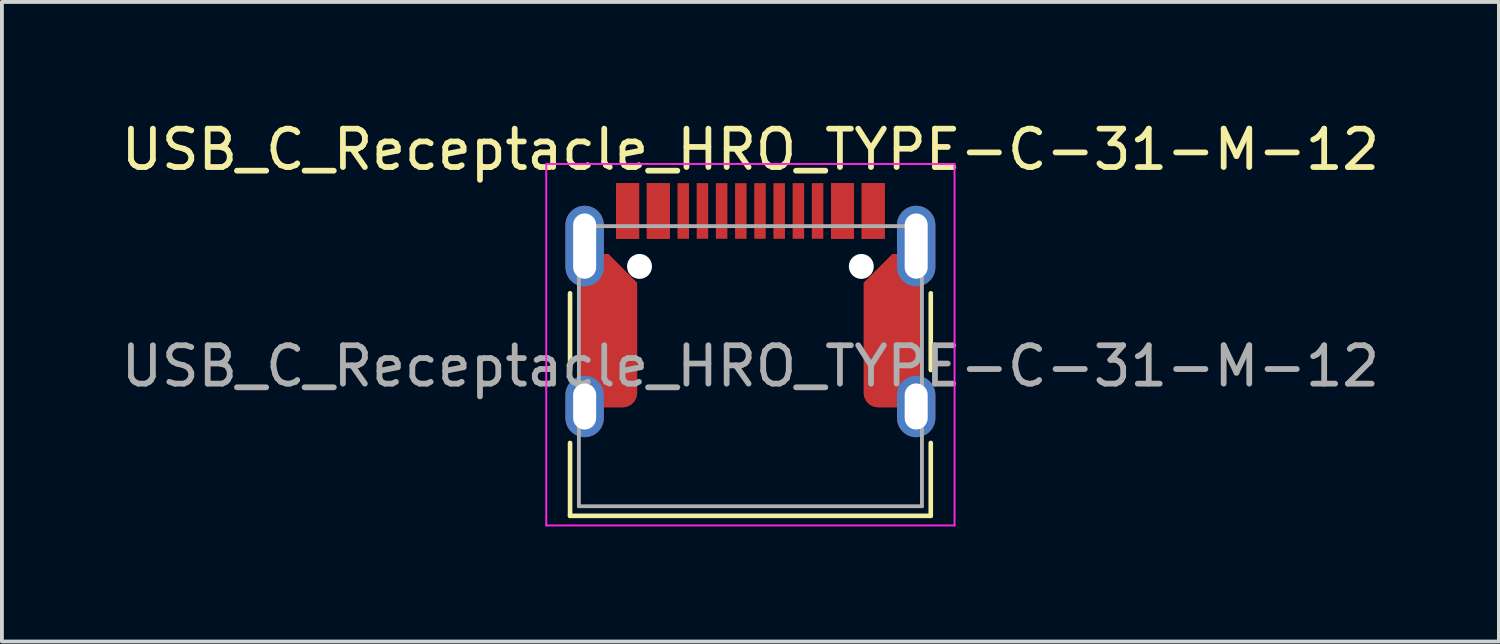
<source format=kicad_pcb>
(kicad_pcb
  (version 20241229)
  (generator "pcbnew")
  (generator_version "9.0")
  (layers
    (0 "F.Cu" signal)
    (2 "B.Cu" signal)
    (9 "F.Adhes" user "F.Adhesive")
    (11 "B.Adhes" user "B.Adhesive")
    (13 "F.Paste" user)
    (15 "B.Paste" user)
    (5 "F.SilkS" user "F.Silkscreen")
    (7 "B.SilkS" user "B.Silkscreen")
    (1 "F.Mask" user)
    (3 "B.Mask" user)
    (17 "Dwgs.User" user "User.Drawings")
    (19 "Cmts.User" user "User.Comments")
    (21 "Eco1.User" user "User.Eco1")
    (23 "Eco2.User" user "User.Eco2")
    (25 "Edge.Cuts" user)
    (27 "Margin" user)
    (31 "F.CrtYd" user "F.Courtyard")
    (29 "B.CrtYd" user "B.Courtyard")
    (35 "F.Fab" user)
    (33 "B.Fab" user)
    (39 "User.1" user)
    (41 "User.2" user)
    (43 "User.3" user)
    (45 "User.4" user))
  (footprint "USB_C_Receptacle_HRO_TYPE-C-31-M-12"
    (layer "F.Cu")
    (at 16.506 5.068)
    (property "Reference" "USB_C_Receptacle_HRO_TYPE-C-31-M-12" (at 0 -4.22 0) (layer "F.SilkS") (effects (font (size 1 1) (thickness 0.15))))
    (attr smd)
    (fp_line (start -4.7 -0.475) (end -4.7 1.525) (stroke (width 0.12) (type solid)) (layer "F.SilkS"))
    (fp_line (start -4.7 3.425) (end -4.7 5.325) (stroke (width 0.12) (type solid)) (layer "F.SilkS"))
    (fp_line (start -4.7 5.325) (end 4.7 5.325) (stroke (width 0.12) (type solid)) (layer "F.SilkS"))
    (fp_line (start 4.7 -0.475) (end 4.7 1.525) (stroke (width 0.12) (type solid)) (layer "F.SilkS"))
    (fp_line (start 4.7 3.425) (end 4.7 5.325) (stroke (width 0.12) (type solid)) (layer "F.SilkS"))
    (fp_line (start -5.32 -3.845) (end -5.32 5.575) (stroke (width 0.05) (type solid)) (layer "F.CrtYd"))
    (fp_line (start -5.32 -3.845) (end 5.32 -3.845) (stroke (width 0.05) (type solid)) (layer "F.CrtYd"))
    (fp_line (start -5.32 5.575) (end 5.32 5.575) (stroke (width 0.05) (type solid)) (layer "F.CrtYd"))
    (fp_line (start 5.32 -3.845) (end 5.32 5.575) (stroke (width 0.05) (type solid)) (layer "F.CrtYd"))
    (fp_line (start -4.47 -2.225) (end -4.47 5.075) (stroke (width 0.1) (type solid)) (layer "F.Fab"))
    (fp_line (start -4.47 -2.225) (end 4.47 -2.225) (stroke (width 0.1) (type solid)) (layer "F.Fab"))
    (fp_line (start -4.47 5.075) (end 4.47 5.075) (stroke (width 0.1) (type solid)) (layer "F.Fab"))
    (fp_line (start 4.47 -2.225) (end 4.47 5.075) (stroke (width 0.1) (type solid)) (layer "F.Fab"))
    (fp_text user "${REFERENCE}" (at 0 1.425 0) (layer "F.Fab") (effects (font (size 1 1) (thickness 0.15))))
    (pad "" np_thru_hole circle (at -2.89 -1.175) (size 0.65 0.65) (drill 0.65) (layers "*.Cu" "*.Mask"))
    (pad "" np_thru_hole circle (at 2.89 -1.175) (size 0.65 0.65) (drill 0.65) (layers "*.Cu" "*.Mask"))
    (pad "A1" smd rect (at -3.2 -2.62) (size 0.6 1.45) (layers "F.Cu" "F.Mask" "F.Paste"))
    (pad "A4" smd rect (at -2.4 -2.62) (size 0.6 1.45) (layers "F.Cu" "F.Mask" "F.Paste"))
    (pad "A5" smd rect (at -1.25 -2.62) (size 0.3 1.45) (layers "F.Cu" "F.Mask" "F.Paste"))
    (pad "A6" smd rect (at -0.25 -2.62) (size 0.3 1.45) (layers "F.Cu" "F.Mask" "F.Paste"))
    (pad "A7" smd rect (at 0.25 -2.62) (size 0.3 1.45) (layers "F.Cu" "F.Mask" "F.Paste"))
    (pad "A8" smd rect (at 1.25 -2.62) (size 0.3 1.45) (layers "F.Cu" "F.Mask" "F.Paste"))
    (pad "A9" smd rect (at 2.4 -2.62) (size 0.6 1.45) (layers "F.Cu" "F.Mask" "F.Paste"))
    (pad "A12" smd rect (at 3.2 -2.62) (size 0.6 1.45) (layers "F.Cu" "F.Mask" "F.Paste"))
    (pad "B1" smd rect (at 3.2 -2.62) (size 0.6 1.45) (layers "F.Cu" "F.Mask" "F.Paste"))
    (pad "B4" smd rect (at 2.4 -2.62) (size 0.6 1.45) (layers "F.Cu" "F.Mask" "F.Paste"))
    (pad "B5" smd rect (at 1.75 -2.62) (size 0.3 1.45) (layers "F.Cu" "F.Mask" "F.Paste"))
    (pad "B6" smd rect (at 0.75 -2.62) (size 0.3 1.45) (layers "F.Cu" "F.Mask" "F.Paste"))
    (pad "B7" smd rect (at -0.75 -2.62) (size 0.3 1.45) (layers "F.Cu" "F.Mask" "F.Paste"))
    (pad "B8" smd rect (at -1.75 -2.62) (size 0.3 1.45) (layers "F.Cu" "F.Mask" "F.Paste"))
    (pad "B9" smd rect (at -2.4 -2.62) (size 0.6 1.45) (layers "F.Cu" "F.Mask" "F.Paste"))
    (pad "B12" smd rect (at -3.2 -2.62) (size 0.6 1.45) (layers "F.Cu" "F.Mask" "F.Paste"))
    (pad "S1" thru_hole oval (at -4.32 -1.705) (size 1 2.1) (drill oval 0.6 1.7) (layers "*.Cu" "*.Mask"))
    (pad "S1" thru_hole oval (at -4.32 2.475) (size 1 1.6) (drill oval 0.6 1.2) (layers "*.Cu" "*.Mask"))
    (pad "S1" smd roundrect (at -3.7 0.5) (size 1.5 4) (layers "F.Cu" "F.Mask" "F.Paste") (roundrect_rratio 0.25) (chamfer_ratio 0.5) (chamfer top_right))
    (pad "S1" smd roundrect (at 3.7 0.5) (size 1.5 4) (layers "F.Cu" "F.Mask" "F.Paste") (roundrect_rratio 0.25) (chamfer_ratio 0.5) (chamfer top_left))
    (pad "S1" thru_hole oval (at 4.32 -1.705) (size 1 2.1) (drill oval 0.6 1.7) (layers "*.Cu" "*.Mask"))
    (pad "S1" thru_hole oval (at 4.32 2.475) (size 1 1.6) (drill oval 0.6 1.2) (layers "*.Cu" "*.Mask")))
  (gr_rect
    (start -3 -3)
    (end 36.012 13.668)
    (stroke (width 0.1) (type default))
    (fill no)
    (layer "Edge.Cuts")))
</source>
